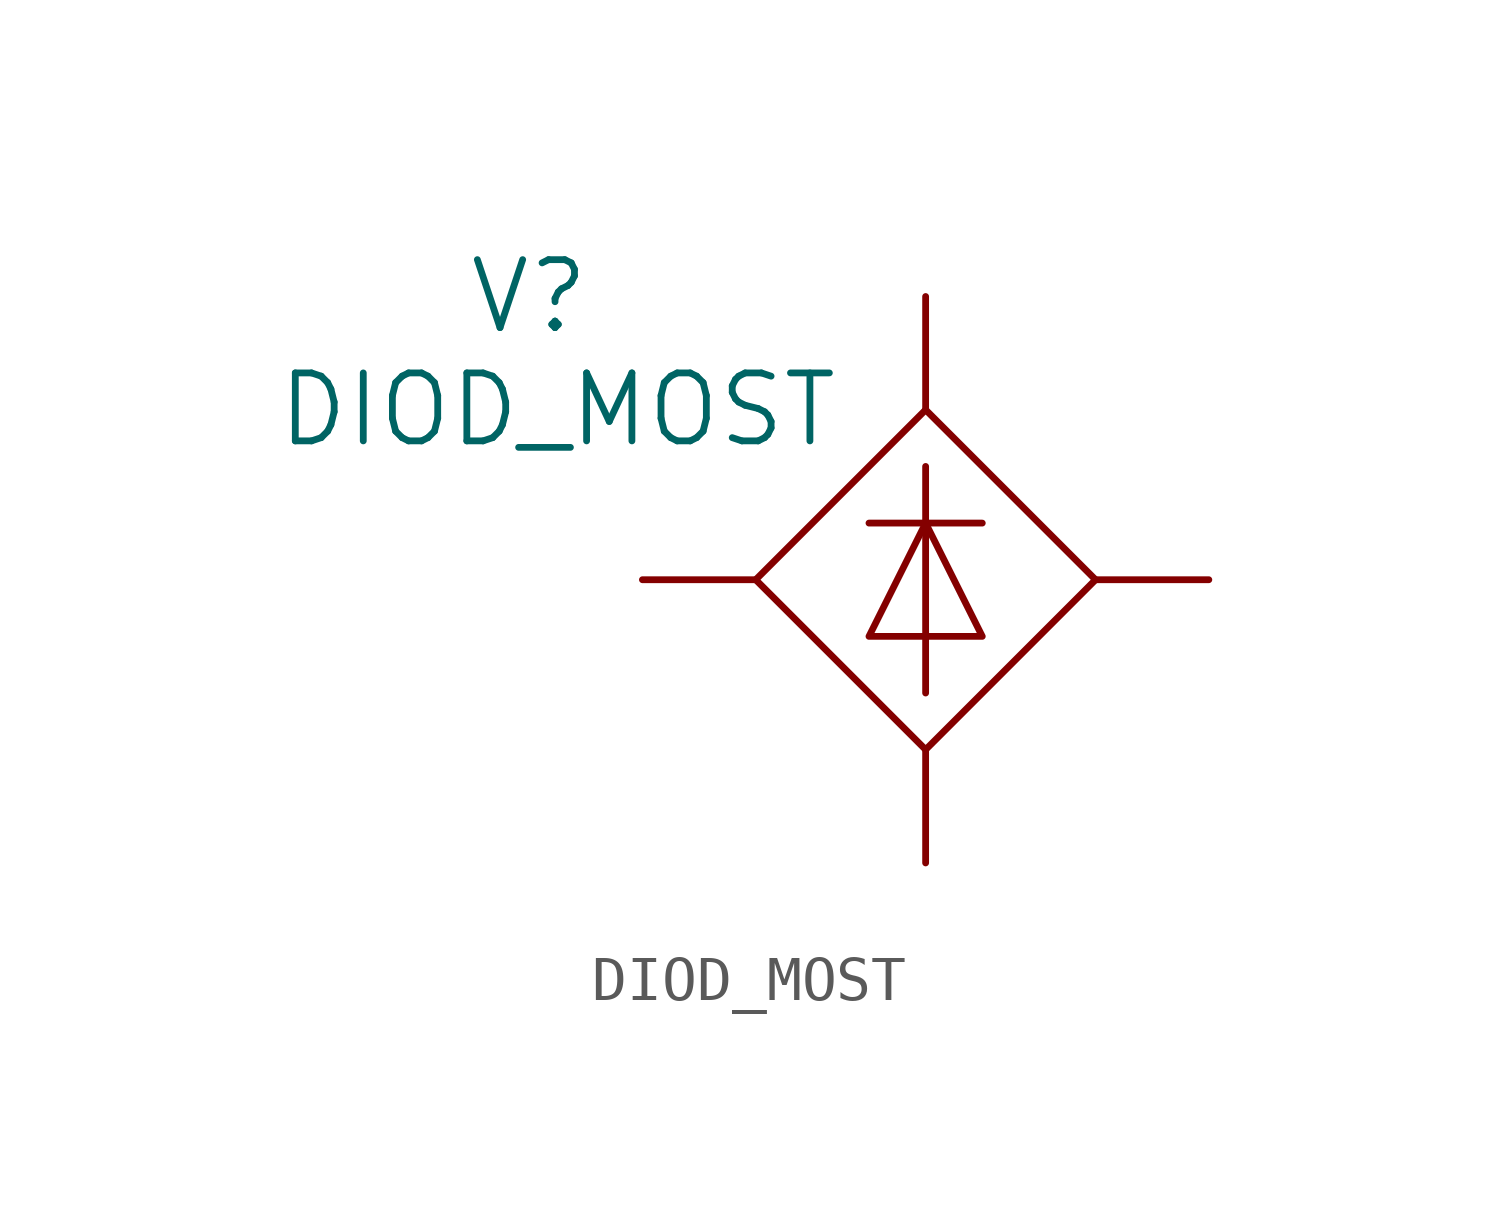
<source format=kicad_sym>
(kicad_symbol_lib
  (version 20211014)
  (generator kicad_symbol_editor)
  (symbol "DIOD_MOST"
    (pin_numbers hide)
    (pin_names
      (offset 1.016))
    (property "Reference" "V"
      (at -2.54 6.35 0)
      (effects (font (size 1.524 1.524))))
    (property "Value" "DIOD_MOST"
      (at -1.905 3.81 0)
      (effects (font (size 1.524 1.524))))
    (property "Footprint" ""
      (at 0 0 0)
      (effects (font (size 1.524 1.524))))
    (property "Datasheet" ""
      (at 0 0 0)
      (effects (font (size 1.524 1.524))))
    (symbol "DIOD_MOST_0_1"
      (polyline (pts (xy 5.08 1.27) (xy 7.62 1.27)) (stroke (width 0) (type default) (color 0 0 0 0)) (fill (type none)))
      (polyline (pts (xy 6.35 2.54) (xy 6.35 -2.54)) (stroke (width 0) (type default) (color 0 0 0 0)) (fill (type none)))
      (polyline (pts (xy 5.08 -1.27) (xy 7.62 -1.27) (xy 6.35 1.27) (xy 5.08 -1.27)) (stroke (width 0) (type default) (color 0 0 0 0)) (fill (type none)))
      (polyline (pts (xy 6.35 3.81) (xy 2.54 0) (xy 6.35 -3.81) (xy 10.16 0) (xy 6.35 3.81)) (stroke (width 0) (type default) (color 0 0 0 0)) (fill (type none))))
    (symbol "DIOD_MOST_1_1"
      (pin passive line (at 0 0 0) (length 2.54) (name "~" (effects (font (size 1.27 1.27)))) (number "1" (effects (font (size 1.27 1.27)))))
      (pin passive line (at 12.7 0 180) (length 2.54) (name "~" (effects (font (size 1.27 1.27)))) (number "2" (effects (font (size 1.27 1.27)))))
      (pin input line (at 6.35 6.35 270) (length 2.54) (name "~" (effects (font (size 1.27 1.27)))) (number "3" (effects (font (size 1.27 1.27)))))
      (pin input line (at 6.35 -6.35 90) (length 2.54) (name "~" (effects (font (size 1.27 1.27)))) (number "4" (effects (font (size 1.27 1.27))))))))
</source>
